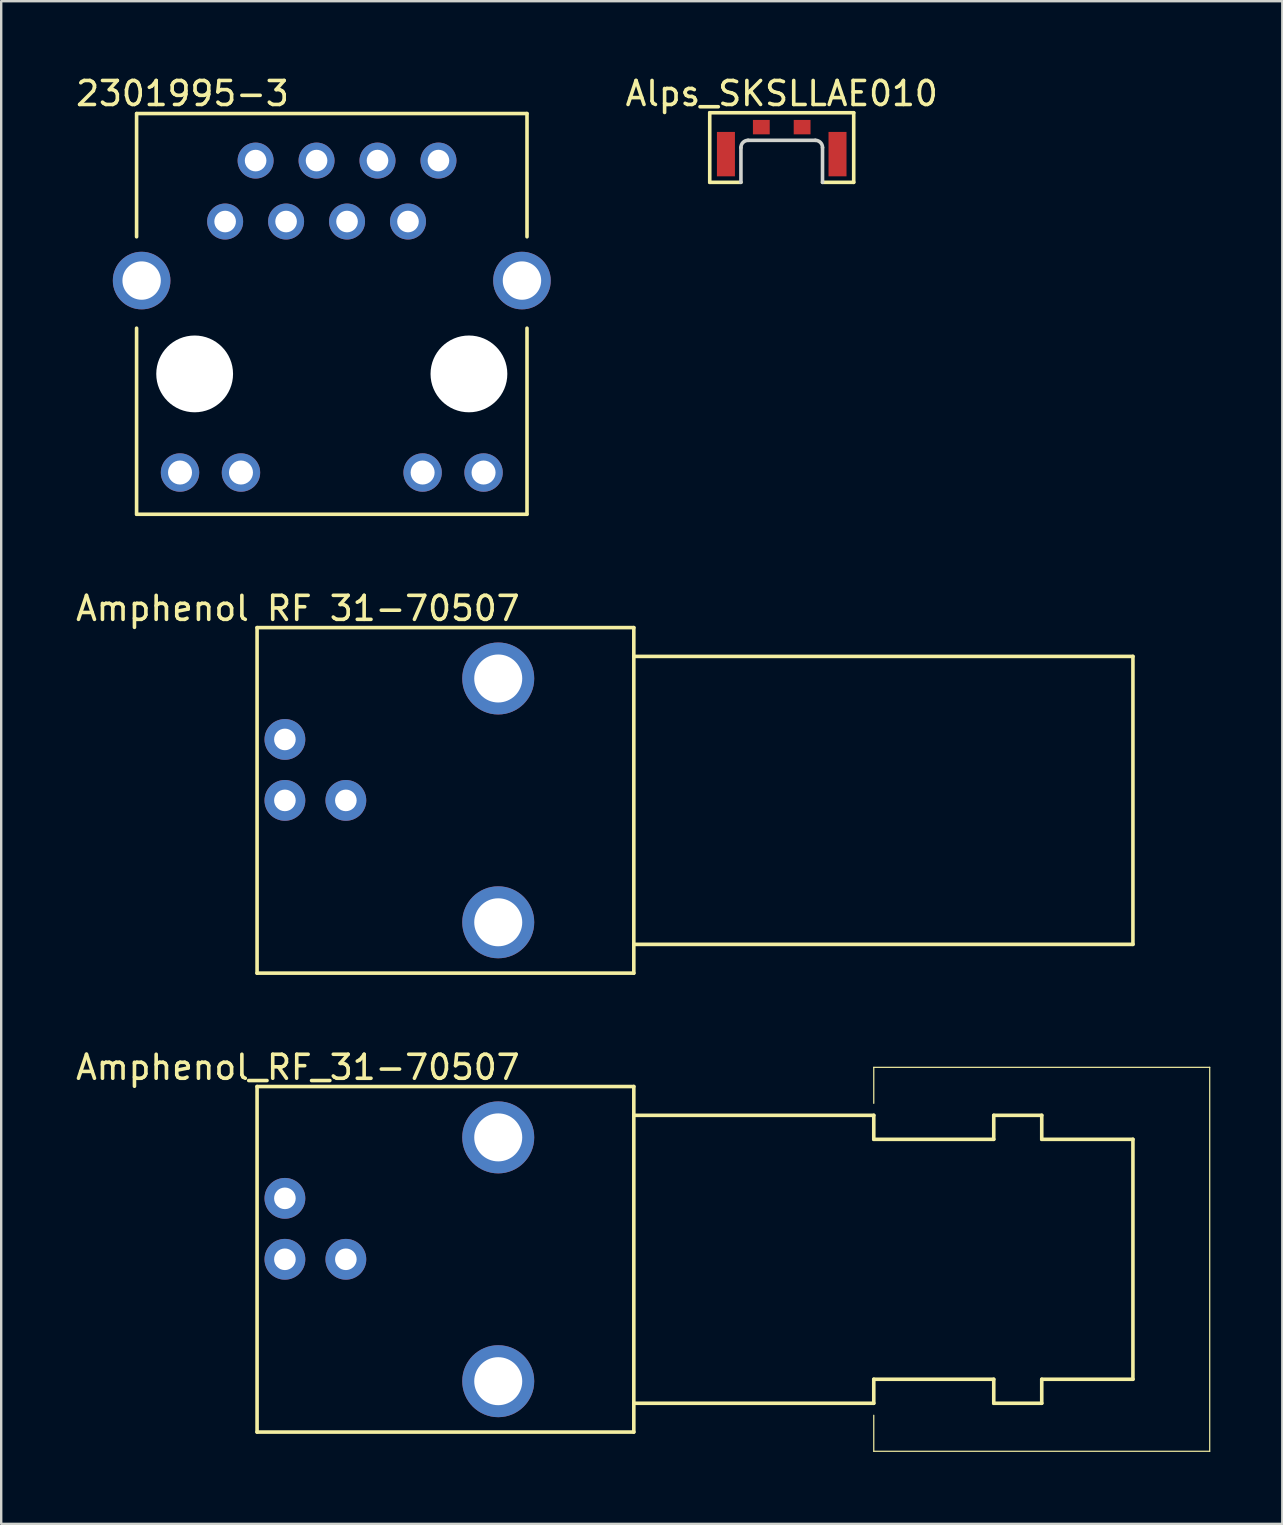
<source format=kicad_pcb>
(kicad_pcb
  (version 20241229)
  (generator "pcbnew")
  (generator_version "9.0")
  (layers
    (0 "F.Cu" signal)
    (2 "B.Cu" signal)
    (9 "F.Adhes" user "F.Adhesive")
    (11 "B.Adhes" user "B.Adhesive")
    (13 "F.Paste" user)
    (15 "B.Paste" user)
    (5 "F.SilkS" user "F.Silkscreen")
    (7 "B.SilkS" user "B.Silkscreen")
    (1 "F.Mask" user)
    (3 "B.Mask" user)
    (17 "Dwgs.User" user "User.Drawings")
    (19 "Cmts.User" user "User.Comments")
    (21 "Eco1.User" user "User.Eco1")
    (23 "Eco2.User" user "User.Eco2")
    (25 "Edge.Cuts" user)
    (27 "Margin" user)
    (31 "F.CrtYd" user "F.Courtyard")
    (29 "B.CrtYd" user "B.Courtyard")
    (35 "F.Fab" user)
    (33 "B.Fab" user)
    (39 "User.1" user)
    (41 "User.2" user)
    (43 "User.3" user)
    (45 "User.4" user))
  (footprint "Amphenol RF 31-70507"
    (layer "F.Cu")
    (at 11.363 30.305)
    (property "Reference" "Amphenol RF 31-70507" (at -2 -8 0) (layer "F.SilkS") (effects (font (size 1 1) (thickness 0.15))))
    (attr through_hole)
    (fp_line (start -3.7 -7.2) (end 12 -7.2) (stroke (width 0.15) (type solid)) (layer "F.SilkS"))
    (fp_line (start -3.7 7.2) (end -3.7 -7.2) (stroke (width 0.15) (type solid)) (layer "F.SilkS"))
    (fp_line (start 12 -7.2) (end 12 7.2) (stroke (width 0.15) (type solid)) (layer "F.SilkS"))
    (fp_line (start 12 7.2) (end -3.7 7.2) (stroke (width 0.15) (type solid)) (layer "F.SilkS"))
    (fp_line (start 32.8 -6) (end 12 -6) (stroke (width 0.15) (type solid)) (layer "F.SilkS"))
    (fp_line (start 32.8 -6) (end 32.8 6) (stroke (width 0.15) (type solid)) (layer "F.SilkS"))
    (fp_line (start 32.8 6) (end 12 6) (stroke (width 0.15) (type solid)) (layer "F.SilkS"))
    (pad "0" thru_hole circle (at 6.35 -5.08) (size 3 3) (drill 2) (layers "*.Cu" "*.Mask"))
    (pad "0" thru_hole circle (at 6.35 5.08) (size 3 3) (drill 2) (layers "*.Cu" "*.Mask"))
    (pad "1" thru_hole circle (at -2.54 0) (size 1.7 1.7) (drill 0.9) (layers "*.Cu" "*.Mask"))
    (pad "2" thru_hole circle (at 0 0) (size 1.7 1.7) (drill 0.9) (layers "*.Cu" "*.Mask"))
    (pad "3" thru_hole circle (at -2.54 -2.54) (size 1.7 1.7) (drill 0.9) (layers "*.Cu" "*.Mask")))
  (footprint "Alps_SKSLLAE010"
    (layer "F.Cu")
    (at 29.527 4.548)
    (property "Reference" "Alps_SKSLLAE010" (at 0 -3.7 0) (layer "F.SilkS") (effects (font (size 1 1) (thickness 0.15))))
    (attr through_hole)
    (fp_line (start -3 -2.9) (end 3 -2.9) (stroke (width 0.15) (type solid)) (layer "F.SilkS"))
    (fp_line (start -3 0) (end -3 -2.9) (stroke (width 0.15) (type solid)) (layer "F.SilkS"))
    (fp_line (start -1.7 0) (end -3 0) (stroke (width 0.15) (type solid)) (layer "F.SilkS"))
    (fp_line (start 3 -2.9) (end 3 0) (stroke (width 0.15) (type solid)) (layer "F.SilkS"))
    (fp_line (start 3 0) (end 1.7 0) (stroke (width 0.15) (type solid)) (layer "F.SilkS"))
    (fp_line (start -1.7 0) (end -1.7 -1.45) (stroke (width 0.15) (type solid)) (layer "Edge.Cuts"))
    (fp_line (start -1.4 -1.75) (end 1.4 -1.75) (stroke (width 0.15) (type solid)) (layer "Edge.Cuts"))
    (fp_line (start 1.7 -1.45) (end 1.7 0) (stroke (width 0.15) (type solid)) (layer "Edge.Cuts"))
    (fp_arc (start -1.7 -1.45) (mid -1.612132 -1.662132) (end -1.4 -1.75) (stroke (width 0.15) (type solid)) (layer "Edge.Cuts"))
    (fp_arc (start 1.4 -1.75) (mid 1.612132 -1.662132) (end 1.7 -1.45) (stroke (width 0.15) (type solid)) (layer "Edge.Cuts"))
    (pad "0" smd rect (at -2.325 -1.175 180) (size 0.75 1.85) (layers "F.Cu" "F.Mask" "F.Paste"))
    (pad "0" smd rect (at 2.325 -1.175) (size 0.75 1.85) (layers "F.Cu" "F.Mask" "F.Paste"))
    (pad "1" smd rect (at -0.85 -2.3) (size 0.7 0.6) (layers "F.Cu" "F.Mask" "F.Paste"))
    (pad "2" smd rect (at 0.85 -2.3) (size 0.7 0.6) (layers "F.Cu" "F.Mask" "F.Paste")))
  (footprint "2301995-3"
    (layer "F.Cu")
    (at 10.777 12.532)
    (property "Reference" "2301995-3" (at -6.223 -11.684 180) (layer "F.SilkS") (effects (font (size 1 1) (thickness 0.15))))
    (attr through_hole)
    (fp_line (start -8.135 -10.85) (end -8.135 -5.715) (stroke (width 0.15) (type solid)) (layer "F.SilkS"))
    (fp_line (start -8.135 -1.905) (end -8.135 5.85) (stroke (width 0.15) (type solid)) (layer "F.SilkS"))
    (fp_line (start -8.13 -10.85) (end 8.13 -10.85) (stroke (width 0.15) (type solid)) (layer "F.SilkS"))
    (fp_line (start -8.13 5.85) (end 8.13 5.85) (stroke (width 0.15) (type solid)) (layer "F.SilkS"))
    (fp_line (start 8.135 -10.85) (end 8.135 -5.715) (stroke (width 0.15) (type solid)) (layer "F.SilkS"))
    (fp_line (start 8.135 -1.905) (end 8.135 5.85) (stroke (width 0.15) (type solid)) (layer "F.SilkS"))
    (pad "" np_thru_hole circle (at -5.715 0 180) (size 3.2 3.2) (drill 3.2) (layers "*.Cu" "*.Mask"))
    (pad "" np_thru_hole circle (at 5.715 0 180) (size 3.2 3.2) (drill 3.2) (layers "*.Cu" "*.Mask"))
    (pad "1" thru_hole circle (at -4.445 -6.35 180) (size 1.5 1.5) (drill 0.9) (layers "*.Cu" "*.Mask"))
    (pad "2" thru_hole circle (at -3.175 -8.89 180) (size 1.5 1.5) (drill 0.9) (layers "*.Cu" "*.Mask"))
    (pad "3" thru_hole circle (at -1.905 -6.35 180) (size 1.5 1.5) (drill 0.9) (layers "*.Cu" "*.Mask"))
    (pad "4" thru_hole circle (at -0.635 -8.89 180) (size 1.5 1.5) (drill 0.9) (layers "*.Cu" "*.Mask"))
    (pad "5" thru_hole circle (at 0.635 -6.35 180) (size 1.5 1.5) (drill 0.9) (layers "*.Cu" "*.Mask"))
    (pad "6" thru_hole circle (at 1.905 -8.89 180) (size 1.5 1.5) (drill 0.9) (layers "*.Cu" "*.Mask"))
    (pad "7" thru_hole circle (at 3.175 -6.35 180) (size 1.5 1.5) (drill 0.9) (layers "*.Cu" "*.Mask"))
    (pad "8" thru_hole circle (at 4.445 -8.89 180) (size 1.5 1.5) (drill 0.9) (layers "*.Cu" "*.Mask"))
    (pad "9" thru_hole circle (at -6.325 4.11 180) (size 1.6 1.6) (drill 1) (layers "*.Cu" "*.Mask"))
    (pad "10" thru_hole circle (at -3.785 4.11 180) (size 1.6 1.6) (drill 1) (layers "*.Cu" "*.Mask"))
    (pad "11" thru_hole circle (at 3.785 4.11 180) (size 1.6 1.6) (drill 1) (layers "*.Cu" "*.Mask"))
    (pad "12" thru_hole circle (at 6.325 4.11 180) (size 1.6 1.6) (drill 1) (layers "*.Cu" "*.Mask"))
    (pad "13" thru_hole circle (at -7.925 -3.89 180) (size 2.4 2.4) (drill 1.6) (layers "*.Cu" "*.Mask"))
    (pad "13" thru_hole circle (at 7.925 -3.89 180) (size 2.4 2.4) (drill 1.6) (layers "*.Cu" "*.Mask")))
  (footprint "Amphenol_RF_31-70507"
    (layer "F.Cu")
    (at 11.363 49.429)
    (property "Reference" "Amphenol_RF_31-70507" (at -2 -8 0) (layer "F.SilkS") (effects (font (size 1 1) (thickness 0.15))))
    (attr through_hole)
    (fp_line (start -3.7 -7.2) (end 12 -7.2) (stroke (width 0.15) (type solid)) (layer "F.SilkS"))
    (fp_line (start -3.7 7.2) (end -3.7 -7.2) (stroke (width 0.15) (type solid)) (layer "F.SilkS"))
    (fp_line (start 12 -7.2) (end 12 7.2) (stroke (width 0.15) (type solid)) (layer "F.SilkS"))
    (fp_line (start 12 7.2) (end -3.7 7.2) (stroke (width 0.15) (type solid)) (layer "F.SilkS"))
    (fp_line (start 22 -8) (end 22 -6.5) (stroke (width 0.05) (type solid)) (layer "F.SilkS"))
    (fp_line (start 22 -8) (end 36 -8) (stroke (width 0.05) (type solid)) (layer "F.SilkS"))
    (fp_line (start 22 -6) (end 12 -6) (stroke (width 0.15) (type solid)) (layer "F.SilkS"))
    (fp_line (start 22 -5) (end 22 -6) (stroke (width 0.15) (type solid)) (layer "F.SilkS"))
    (fp_line (start 22 -5) (end 27 -5) (stroke (width 0.15) (type solid)) (layer "F.SilkS"))
    (fp_line (start 22 5) (end 27 5) (stroke (width 0.15) (type solid)) (layer "F.SilkS"))
    (fp_line (start 22 6) (end 12 6) (stroke (width 0.15) (type solid)) (layer "F.SilkS"))
    (fp_line (start 22 6) (end 22 5) (stroke (width 0.15) (type solid)) (layer "F.SilkS"))
    (fp_line (start 22 6.5) (end 22 8) (stroke (width 0.05) (type solid)) (layer "F.SilkS"))
    (fp_line (start 22 8) (end 36 8) (stroke (width 0.05) (type solid)) (layer "F.SilkS"))
    (fp_line (start 27 -6) (end 27 -5) (stroke (width 0.15) (type solid)) (layer "F.SilkS"))
    (fp_line (start 27 -6) (end 29 -6) (stroke (width 0.15) (type solid)) (layer "F.SilkS"))
    (fp_line (start 27 5) (end 27 6) (stroke (width 0.15) (type solid)) (layer "F.SilkS"))
    (fp_line (start 27 6) (end 29 6) (stroke (width 0.15) (type solid)) (layer "F.SilkS"))
    (fp_line (start 29 -6) (end 29 -5) (stroke (width 0.15) (type solid)) (layer "F.SilkS"))
    (fp_line (start 29 -5) (end 32.8 -5) (stroke (width 0.15) (type solid)) (layer "F.SilkS"))
    (fp_line (start 29 5) (end 32.8 5) (stroke (width 0.15) (type solid)) (layer "F.SilkS"))
    (fp_line (start 29 6) (end 29 5) (stroke (width 0.15) (type solid)) (layer "F.SilkS"))
    (fp_line (start 32.8 -5) (end 32.8 5) (stroke (width 0.15) (type solid)) (layer "F.SilkS"))
    (fp_line (start 36 -8) (end 36 8) (stroke (width 0.05) (type solid)) (layer "F.SilkS"))
    (pad "0" thru_hole circle (at 6.35 -5.08) (size 3 3) (drill 2) (layers "*.Cu" "*.Mask"))
    (pad "0" thru_hole circle (at 6.35 5.08) (size 3 3) (drill 2) (layers "*.Cu" "*.Mask"))
    (pad "1" thru_hole circle (at -2.54 0) (size 1.7 1.7) (drill 0.9) (layers "*.Cu" "*.Mask"))
    (pad "2" thru_hole circle (at 0 0) (size 1.7 1.7) (drill 0.9) (layers "*.Cu" "*.Mask"))
    (pad "3" thru_hole circle (at -2.54 -2.54) (size 1.7 1.7) (drill 0.9) (layers "*.Cu" "*.Mask")))
  (gr_rect
    (start -3 -3)
    (end 50.388 60.454)
    (stroke (width 0.1) (type default))
    (fill no)
    (layer "Edge.Cuts")))
</source>
